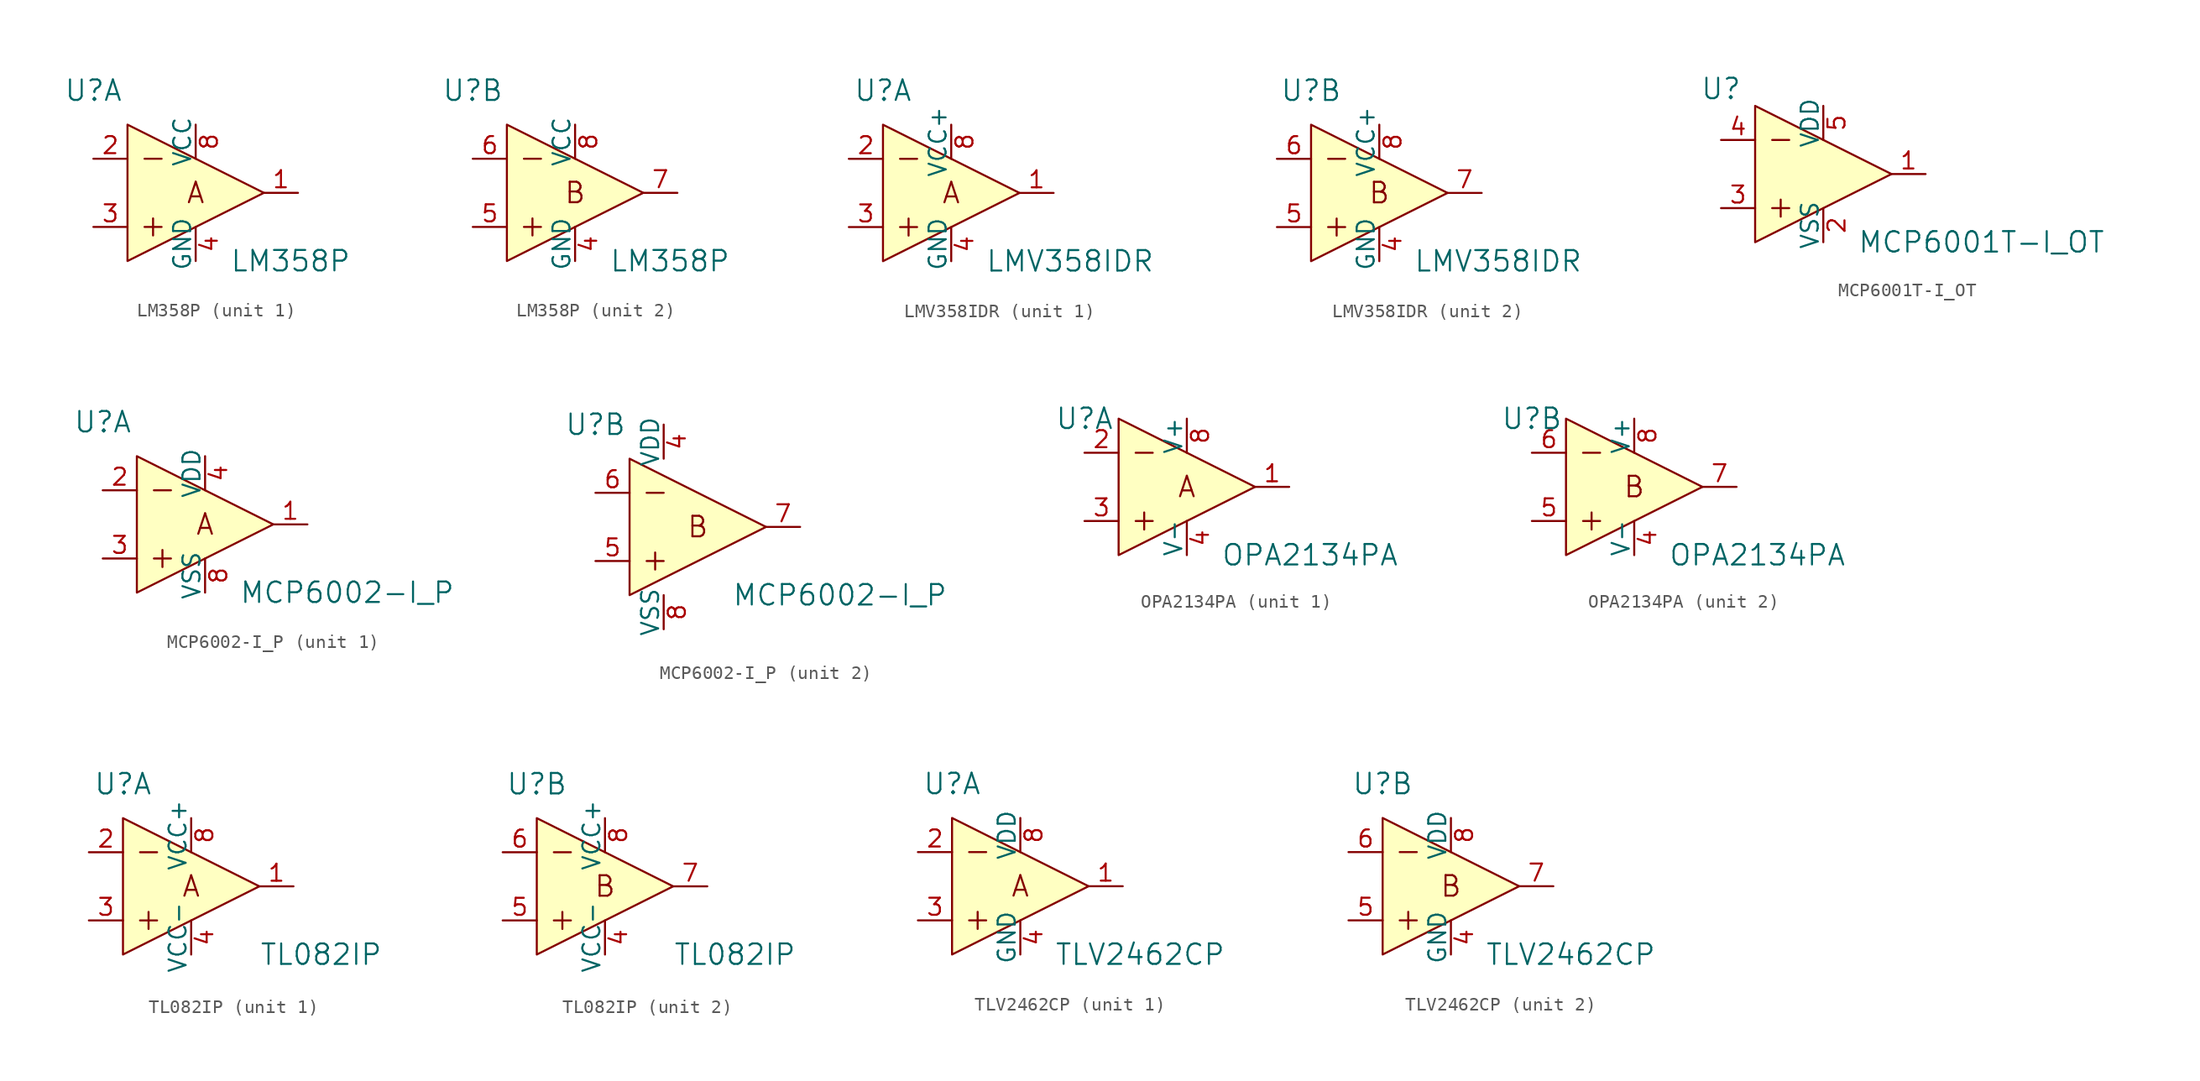
<source format=kicad_sym>
(kicad_symbol_lib
  (version 20220914)
  (generator kicad_symbol_editor)
  (symbol "LM358P"
    (pin_names
      (offset 0))
    (property "Reference" "U"
      (at -7.62 7.62 0)
      (effects (font (size 1.524 1.524))))
    (property "Value" "LM358P"
      (at 2.54 -5.08 0)
      (effects (font (size 1.524 1.524)) (justify left)))
    (property "ki_locked" ""
      (at 0 0 0)
      (effects (font (size 1.27 1.27))))
    (symbol "LM358P_0_1"
      (polyline (pts (xy -3.81 -2.54) (xy -2.54 -2.54)) (stroke (width 0) (type solid)) (fill (type none)))
      (polyline (pts (xy -3.81 2.54) (xy -2.54 2.54)) (stroke (width 0) (type solid)) (fill (type none)))
      (polyline (pts (xy -3.175 -1.905) (xy -3.175 -3.175)) (stroke (width 0) (type solid)) (fill (type none)))
      (polyline (pts (xy -5.08 5.08) (xy -5.08 -5.08) (xy 5.08 0) (xy -5.08 5.08)) (stroke (width 0) (type solid)) (fill (type background))))
    (symbol "LM358P_1_0"
      (text "A" (at 0 0 0) (effects (font (size 1.524 1.524)))))
    (symbol "LM358P_1_1"
      (pin output line (at 7.62 0 180) (length 2.54) (name "~" (effects (font (size 1.27 1.27)))) (number "1" (effects (font (size 1.27 1.27)))))
      (pin input line (at -7.62 2.54 0) (length 2.54) (name "~" (effects (font (size 1.27 1.27)))) (number "2" (effects (font (size 1.27 1.27)))))
      (pin input line (at -7.62 -2.54 0) (length 2.54) (name "~" (effects (font (size 1.27 1.27)))) (number "3" (effects (font (size 1.27 1.27)))))
      (pin power_in line (at 0 -5.08 90) (length 2.54) (name "GND" (effects (font (size 1.27 1.27)))) (number "4" (effects (font (size 1.27 1.27)))))
      (pin power_in line (at 0 5.08 270) (length 2.54) (name "VCC" (effects (font (size 1.27 1.27)))) (number "8" (effects (font (size 1.27 1.27))))))
    (symbol "LM358P_2_0"
      (text "B" (at 0 0 0) (effects (font (size 1.524 1.524)))))
    (symbol "LM358P_2_1"
      (pin power_in line (at 0 -5.08 90) (length 2.54) (name "GND" (effects (font (size 1.27 1.27)))) (number "4" (effects (font (size 1.27 1.27)))))
      (pin input line (at -7.62 -2.54 0) (length 2.54) (name "~" (effects (font (size 1.27 1.27)))) (number "5" (effects (font (size 1.27 1.27)))))
      (pin input line (at -7.62 2.54 0) (length 2.54) (name "~" (effects (font (size 1.27 1.27)))) (number "6" (effects (font (size 1.27 1.27)))))
      (pin output line (at 7.62 0 180) (length 2.54) (name "~" (effects (font (size 1.27 1.27)))) (number "7" (effects (font (size 1.27 1.27)))))
      (pin power_in line (at 0 5.08 270) (length 2.54) (name "VCC" (effects (font (size 1.27 1.27)))) (number "8" (effects (font (size 1.27 1.27)))))))
  (symbol "LMV358IDR"
    (pin_names
      (offset 0))
    (property "Reference" "U"
      (at -5.08 7.62 0)
      (effects (font (size 1.524 1.524))))
    (property "Value" "LMV358IDR"
      (at 2.54 -5.08 0)
      (effects (font (size 1.524 1.524)) (justify left)))
    (property "ki_locked" ""
      (at 0 0 0)
      (effects (font (size 1.27 1.27))))
    (symbol "LMV358IDR_0_0"
      (polyline (pts (xy -3.81 -2.54) (xy -2.54 -2.54)) (stroke (width 0) (type solid)) (fill (type none)))
      (polyline (pts (xy -3.81 2.54) (xy -2.54 2.54)) (stroke (width 0) (type solid)) (fill (type none)))
      (polyline (pts (xy -3.175 -1.905) (xy -3.175 -3.175)) (stroke (width 0) (type solid)) (fill (type none)))
      (polyline (pts (xy -5.08 5.08) (xy -5.08 -5.08) (xy 5.08 0) (xy -5.08 5.08)) (stroke (width 0) (type solid)) (fill (type background))))
    (symbol "LMV358IDR_1_0"
      (text "A" (at 0 0 0) (effects (font (size 1.524 1.524)))))
    (symbol "LMV358IDR_1_1"
      (pin output line (at 7.62 0 180) (length 2.54) (name "~" (effects (font (size 1.27 1.27)))) (number "1" (effects (font (size 1.27 1.27)))))
      (pin input line (at -7.62 2.54 0) (length 2.54) (name "~" (effects (font (size 1.27 1.27)))) (number "2" (effects (font (size 1.27 1.27)))))
      (pin input line (at -7.62 -2.54 0) (length 2.54) (name "~" (effects (font (size 1.27 1.27)))) (number "3" (effects (font (size 1.27 1.27)))))
      (pin power_in line (at 0 -5.08 90) (length 2.54) (name "GND" (effects (font (size 1.27 1.27)))) (number "4" (effects (font (size 1.27 1.27)))))
      (pin power_in line (at 0 5.08 270) (length 2.54) (name "VCC+" (effects (font (size 1.27 1.27)))) (number "8" (effects (font (size 1.27 1.27))))))
    (symbol "LMV358IDR_2_0"
      (text "B" (at 0 0 0) (effects (font (size 1.524 1.524)))))
    (symbol "LMV358IDR_2_1"
      (pin power_in line (at 0 -5.08 90) (length 2.54) (name "GND" (effects (font (size 1.27 1.27)))) (number "4" (effects (font (size 1.27 1.27)))))
      (pin input line (at -7.62 -2.54 0) (length 2.54) (name "~" (effects (font (size 1.27 1.27)))) (number "5" (effects (font (size 1.27 1.27)))))
      (pin input line (at -7.62 2.54 0) (length 2.54) (name "~" (effects (font (size 1.27 1.27)))) (number "6" (effects (font (size 1.27 1.27)))))
      (pin output line (at 7.62 0 180) (length 2.54) (name "~" (effects (font (size 1.27 1.27)))) (number "7" (effects (font (size 1.27 1.27)))))
      (pin power_in line (at 0 5.08 270) (length 2.54) (name "VCC+" (effects (font (size 1.27 1.27)))) (number "8" (effects (font (size 1.27 1.27)))))))
  (symbol "MCP6001T-I_OT"
    (pin_names
      (offset 0))
    (property "Reference" "U"
      (at -7.62 6.35 0)
      (effects (font (size 1.524 1.524))))
    (property "Value" "MCP6001T-I_OT"
      (at 2.54 -5.08 0)
      (effects (font (size 1.524 1.524)) (justify left)))
    (symbol "MCP6001T-I_OT_0_1"
      (polyline (pts (xy 5.08 0) (xy -5.08 -5.08) (xy -5.08 5.08) (xy 5.08 0)) (stroke (width 0) (type solid)) (fill (type background))))
    (symbol "MCP6001T-I_OT_1_0"
      (polyline (pts (xy -3.81 -2.54) (xy -2.54 -2.54)) (stroke (width 0) (type solid)) (fill (type none)))
      (polyline (pts (xy -3.81 2.54) (xy -2.54 2.54)) (stroke (width 0) (type solid)) (fill (type none)))
      (polyline (pts (xy -3.175 -1.905) (xy -3.175 -3.175)) (stroke (width 0) (type solid)) (fill (type none))))
    (symbol "MCP6001T-I_OT_1_1"
      (pin output line (at 7.62 0 180) (length 2.54) (name "~" (effects (font (size 1.27 1.27)))) (number "1" (effects (font (size 1.27 1.27)))))
      (pin power_in line (at 0 -5.08 90) (length 2.54) (name "VSS" (effects (font (size 1.27 1.27)))) (number "2" (effects (font (size 1.27 1.27)))))
      (pin input line (at -7.62 -2.54 0) (length 2.54) (name "~" (effects (font (size 1.27 1.27)))) (number "3" (effects (font (size 1.27 1.27)))))
      (pin input line (at -7.62 2.54 0) (length 2.54) (name "~" (effects (font (size 1.27 1.27)))) (number "4" (effects (font (size 1.27 1.27)))))
      (pin power_in line (at 0 5.08 270) (length 2.54) (name "VDD" (effects (font (size 1.27 1.27)))) (number "5" (effects (font (size 1.27 1.27)))))))
  (symbol "MCP6002-I_P"
    (pin_names
      (offset 0))
    (property "Reference" "U"
      (at -7.62 7.62 0)
      (effects (font (size 1.524 1.524))))
    (property "Value" "MCP6002-I_P"
      (at 2.54 -5.08 0)
      (effects (font (size 1.524 1.524)) (justify left)))
    (property "ki_locked" ""
      (at 0 0 0)
      (effects (font (size 1.27 1.27))))
    (symbol "MCP6002-I_P_0_1"
      (polyline (pts (xy -3.81 -2.54) (xy -2.54 -2.54)) (stroke (width 0) (type solid)) (fill (type none)))
      (polyline (pts (xy -3.81 2.54) (xy -2.54 2.54)) (stroke (width 0) (type solid)) (fill (type none)))
      (polyline (pts (xy -3.175 -1.905) (xy -3.175 -3.175)) (stroke (width 0) (type solid)) (fill (type none)))
      (polyline (pts (xy -5.08 5.08) (xy -5.08 -5.08) (xy 5.08 0) (xy -5.08 5.08)) (stroke (width 0) (type solid)) (fill (type background))))
    (symbol "MCP6002-I_P_1_0"
      (text "A" (at 0 0 0) (effects (font (size 1.524 1.524)))))
    (symbol "MCP6002-I_P_1_1"
      (pin output line (at 7.62 0 180) (length 2.54) (name "~" (effects (font (size 1.27 1.27)))) (number "1" (effects (font (size 1.27 1.27)))))
      (pin input line (at -7.62 2.54 0) (length 2.54) (name "~" (effects (font (size 1.27 1.27)))) (number "2" (effects (font (size 1.27 1.27)))))
      (pin input line (at -7.62 -2.54 0) (length 2.54) (name "~" (effects (font (size 1.27 1.27)))) (number "3" (effects (font (size 1.27 1.27)))))
      (pin power_in line (at 0 5.08 270) (length 2.54) (name "VDD" (effects (font (size 1.27 1.27)))) (number "4" (effects (font (size 1.27 1.27)))))
      (pin power_in line (at 0 -5.08 90) (length 2.54) (name "VSS" (effects (font (size 1.27 1.27)))) (number "8" (effects (font (size 1.27 1.27))))))
    (symbol "MCP6002-I_P_2_0"
      (text "B" (at 0 0 0) (effects (font (size 1.524 1.524)))))
    (symbol "MCP6002-I_P_2_1"
      (pin power_in line (at -2.54 7.62 270) (length 2.54) (name "VDD" (effects (font (size 1.27 1.27)))) (number "4" (effects (font (size 1.27 1.27)))))
      (pin input line (at -7.62 -2.54 0) (length 2.54) (name "~" (effects (font (size 1.27 1.27)))) (number "5" (effects (font (size 1.27 1.27)))))
      (pin input line (at -7.62 2.54 0) (length 2.54) (name "~" (effects (font (size 1.27 1.27)))) (number "6" (effects (font (size 1.27 1.27)))))
      (pin output line (at 7.62 0 180) (length 2.54) (name "~" (effects (font (size 1.27 1.27)))) (number "7" (effects (font (size 1.27 1.27)))))
      (pin power_in line (at -2.54 -7.62 90) (length 2.54) (name "VSS" (effects (font (size 1.27 1.27)))) (number "8" (effects (font (size 1.27 1.27)))))))
  (symbol "OPA2134PA"
    (pin_names
      (offset 0))
    (property "Reference" "U"
      (at -7.62 5.08 0)
      (effects (font (size 1.524 1.524))))
    (property "Value" "OPA2134PA"
      (at 2.54 -5.08 0)
      (effects (font (size 1.524 1.524)) (justify left)))
    (property "ki_locked" ""
      (at 0 0 0)
      (effects (font (size 1.27 1.27))))
    (symbol "OPA2134PA_0_0"
      (polyline (pts (xy -3.81 -2.54) (xy -2.54 -2.54)) (stroke (width 0) (type solid)) (fill (type none)))
      (polyline (pts (xy -3.81 2.54) (xy -2.54 2.54)) (stroke (width 0) (type solid)) (fill (type none)))
      (polyline (pts (xy -3.175 -1.905) (xy -3.175 -3.175)) (stroke (width 0) (type solid)) (fill (type none)))
      (polyline (pts (xy -5.08 5.08) (xy -5.08 -5.08) (xy 5.08 0) (xy -5.08 5.08)) (stroke (width 0) (type solid)) (fill (type background))))
    (symbol "OPA2134PA_1_0"
      (text "A" (at 0 0 0) (effects (font (size 1.524 1.524)))))
    (symbol "OPA2134PA_1_1"
      (pin output line (at 7.62 0 180) (length 2.54) (name "~" (effects (font (size 1.27 1.27)))) (number "1" (effects (font (size 1.27 1.27)))))
      (pin input line (at -7.62 2.54 0) (length 2.54) (name "~" (effects (font (size 1.27 1.27)))) (number "2" (effects (font (size 1.27 1.27)))))
      (pin input line (at -7.62 -2.54 0) (length 2.54) (name "~" (effects (font (size 1.27 1.27)))) (number "3" (effects (font (size 1.27 1.27)))))
      (pin power_in line (at 0 -5.08 90) (length 2.54) (name "V-" (effects (font (size 1.27 1.27)))) (number "4" (effects (font (size 1.27 1.27)))))
      (pin power_in line (at 0 5.08 270) (length 2.54) (name "V+" (effects (font (size 1.27 1.27)))) (number "8" (effects (font (size 1.27 1.27))))))
    (symbol "OPA2134PA_2_0"
      (text "B" (at 0 0 0) (effects (font (size 1.524 1.524)))))
    (symbol "OPA2134PA_2_1"
      (pin power_in line (at 0 -5.08 90) (length 2.54) (name "V-" (effects (font (size 1.27 1.27)))) (number "4" (effects (font (size 1.27 1.27)))))
      (pin input line (at -7.62 -2.54 0) (length 2.54) (name "~" (effects (font (size 1.27 1.27)))) (number "5" (effects (font (size 1.27 1.27)))))
      (pin input line (at -7.62 2.54 0) (length 2.54) (name "~" (effects (font (size 1.27 1.27)))) (number "6" (effects (font (size 1.27 1.27)))))
      (pin output line (at 7.62 0 180) (length 2.54) (name "~" (effects (font (size 1.27 1.27)))) (number "7" (effects (font (size 1.27 1.27)))))
      (pin power_in line (at 0 5.08 270) (length 2.54) (name "V+" (effects (font (size 1.27 1.27)))) (number "8" (effects (font (size 1.27 1.27)))))))
  (symbol "TL082IP"
    (pin_names
      (offset 0))
    (property "Reference" "U"
      (at -5.08 7.62 0)
      (effects (font (size 1.524 1.524))))
    (property "Value" "TL082IP"
      (at 5.08 -5.08 0)
      (effects (font (size 1.524 1.524)) (justify left)))
    (property "ki_locked" ""
      (at 0 0 0)
      (effects (font (size 1.27 1.27))))
    (symbol "TL082IP_0_0"
      (polyline (pts (xy -3.81 -2.54) (xy -2.54 -2.54)) (stroke (width 0) (type solid)) (fill (type none)))
      (polyline (pts (xy -3.81 2.54) (xy -2.54 2.54)) (stroke (width 0) (type solid)) (fill (type none)))
      (polyline (pts (xy -3.175 -1.905) (xy -3.175 -3.175)) (stroke (width 0) (type solid)) (fill (type none)))
      (polyline (pts (xy -5.08 5.08) (xy -5.08 -5.08) (xy 5.08 0) (xy -5.08 5.08)) (stroke (width 0) (type solid)) (fill (type background))))
    (symbol "TL082IP_1_0"
      (text "A" (at 0 0 0) (effects (font (size 1.524 1.524)))))
    (symbol "TL082IP_1_1"
      (pin output line (at 7.62 0 180) (length 2.54) (name "~" (effects (font (size 1.27 1.27)))) (number "1" (effects (font (size 1.27 1.27)))))
      (pin input line (at -7.62 2.54 0) (length 2.54) (name "~" (effects (font (size 1.27 1.27)))) (number "2" (effects (font (size 1.27 1.27)))))
      (pin input line (at -7.62 -2.54 0) (length 2.54) (name "~" (effects (font (size 1.27 1.27)))) (number "3" (effects (font (size 1.27 1.27)))))
      (pin power_in line (at 0 -5.08 90) (length 2.54) (name "VCC-" (effects (font (size 1.27 1.27)))) (number "4" (effects (font (size 1.27 1.27)))))
      (pin power_in line (at 0 5.08 270) (length 2.54) (name "VCC+" (effects (font (size 1.27 1.27)))) (number "8" (effects (font (size 1.27 1.27))))))
    (symbol "TL082IP_2_0"
      (text "B" (at 0 0 0) (effects (font (size 1.524 1.524)))))
    (symbol "TL082IP_2_1"
      (pin power_in line (at 0 -5.08 90) (length 2.54) (name "VCC-" (effects (font (size 1.27 1.27)))) (number "4" (effects (font (size 1.27 1.27)))))
      (pin input line (at -7.62 -2.54 0) (length 2.54) (name "~" (effects (font (size 1.27 1.27)))) (number "5" (effects (font (size 1.27 1.27)))))
      (pin input line (at -7.62 2.54 0) (length 2.54) (name "~" (effects (font (size 1.27 1.27)))) (number "6" (effects (font (size 1.27 1.27)))))
      (pin output line (at 7.62 0 180) (length 2.54) (name "~" (effects (font (size 1.27 1.27)))) (number "7" (effects (font (size 1.27 1.27)))))
      (pin power_in line (at 0 5.08 270) (length 2.54) (name "VCC+" (effects (font (size 1.27 1.27)))) (number "8" (effects (font (size 1.27 1.27)))))))
  (symbol "TLV2462CP"
    (pin_names
      (offset 0))
    (property "Reference" "U"
      (at -5.08 7.62 0)
      (effects (font (size 1.524 1.524))))
    (property "Value" "TLV2462CP"
      (at 2.54 -5.08 0)
      (effects (font (size 1.524 1.524)) (justify left)))
    (property "ki_locked" ""
      (at 0 0 0)
      (effects (font (size 1.27 1.27))))
    (symbol "TLV2462CP_0_0"
      (polyline (pts (xy -3.81 -2.54) (xy -2.54 -2.54)) (stroke (width 0) (type solid)) (fill (type none)))
      (polyline (pts (xy -3.81 2.54) (xy -2.54 2.54)) (stroke (width 0) (type solid)) (fill (type none)))
      (polyline (pts (xy -3.175 -1.905) (xy -3.175 -3.175)) (stroke (width 0) (type solid)) (fill (type none)))
      (polyline (pts (xy -5.08 5.08) (xy -5.08 -5.08) (xy 5.08 0) (xy -5.08 5.08)) (stroke (width 0) (type solid)) (fill (type background))))
    (symbol "TLV2462CP_1_0"
      (text "A" (at 0 0 0) (effects (font (size 1.524 1.524)))))
    (symbol "TLV2462CP_1_1"
      (pin output line (at 7.62 0 180) (length 2.54) (name "~" (effects (font (size 1.27 1.27)))) (number "1" (effects (font (size 1.27 1.27)))))
      (pin input line (at -7.62 2.54 0) (length 2.54) (name "~" (effects (font (size 1.27 1.27)))) (number "2" (effects (font (size 1.27 1.27)))))
      (pin input line (at -7.62 -2.54 0) (length 2.54) (name "~" (effects (font (size 1.27 1.27)))) (number "3" (effects (font (size 1.27 1.27)))))
      (pin power_in line (at 0 -5.08 90) (length 2.54) (name "GND" (effects (font (size 1.27 1.27)))) (number "4" (effects (font (size 1.27 1.27)))))
      (pin power_in line (at 0 5.08 270) (length 2.54) (name "VDD" (effects (font (size 1.27 1.27)))) (number "8" (effects (font (size 1.27 1.27))))))
    (symbol "TLV2462CP_2_0"
      (text "B" (at 0 0 0) (effects (font (size 1.524 1.524)))))
    (symbol "TLV2462CP_2_1"
      (pin power_in line (at 0 -5.08 90) (length 2.54) (name "GND" (effects (font (size 1.27 1.27)))) (number "4" (effects (font (size 1.27 1.27)))))
      (pin input line (at -7.62 -2.54 0) (length 2.54) (name "~" (effects (font (size 1.27 1.27)))) (number "5" (effects (font (size 1.27 1.27)))))
      (pin input line (at -7.62 2.54 0) (length 2.54) (name "~" (effects (font (size 1.27 1.27)))) (number "6" (effects (font (size 1.27 1.27)))))
      (pin output line (at 7.62 0 180) (length 2.54) (name "~" (effects (font (size 1.27 1.27)))) (number "7" (effects (font (size 1.27 1.27)))))
      (pin power_in line (at 0 5.08 270) (length 2.54) (name "VDD" (effects (font (size 1.27 1.27)))) (number "8" (effects (font (size 1.27 1.27))))))))
</source>
